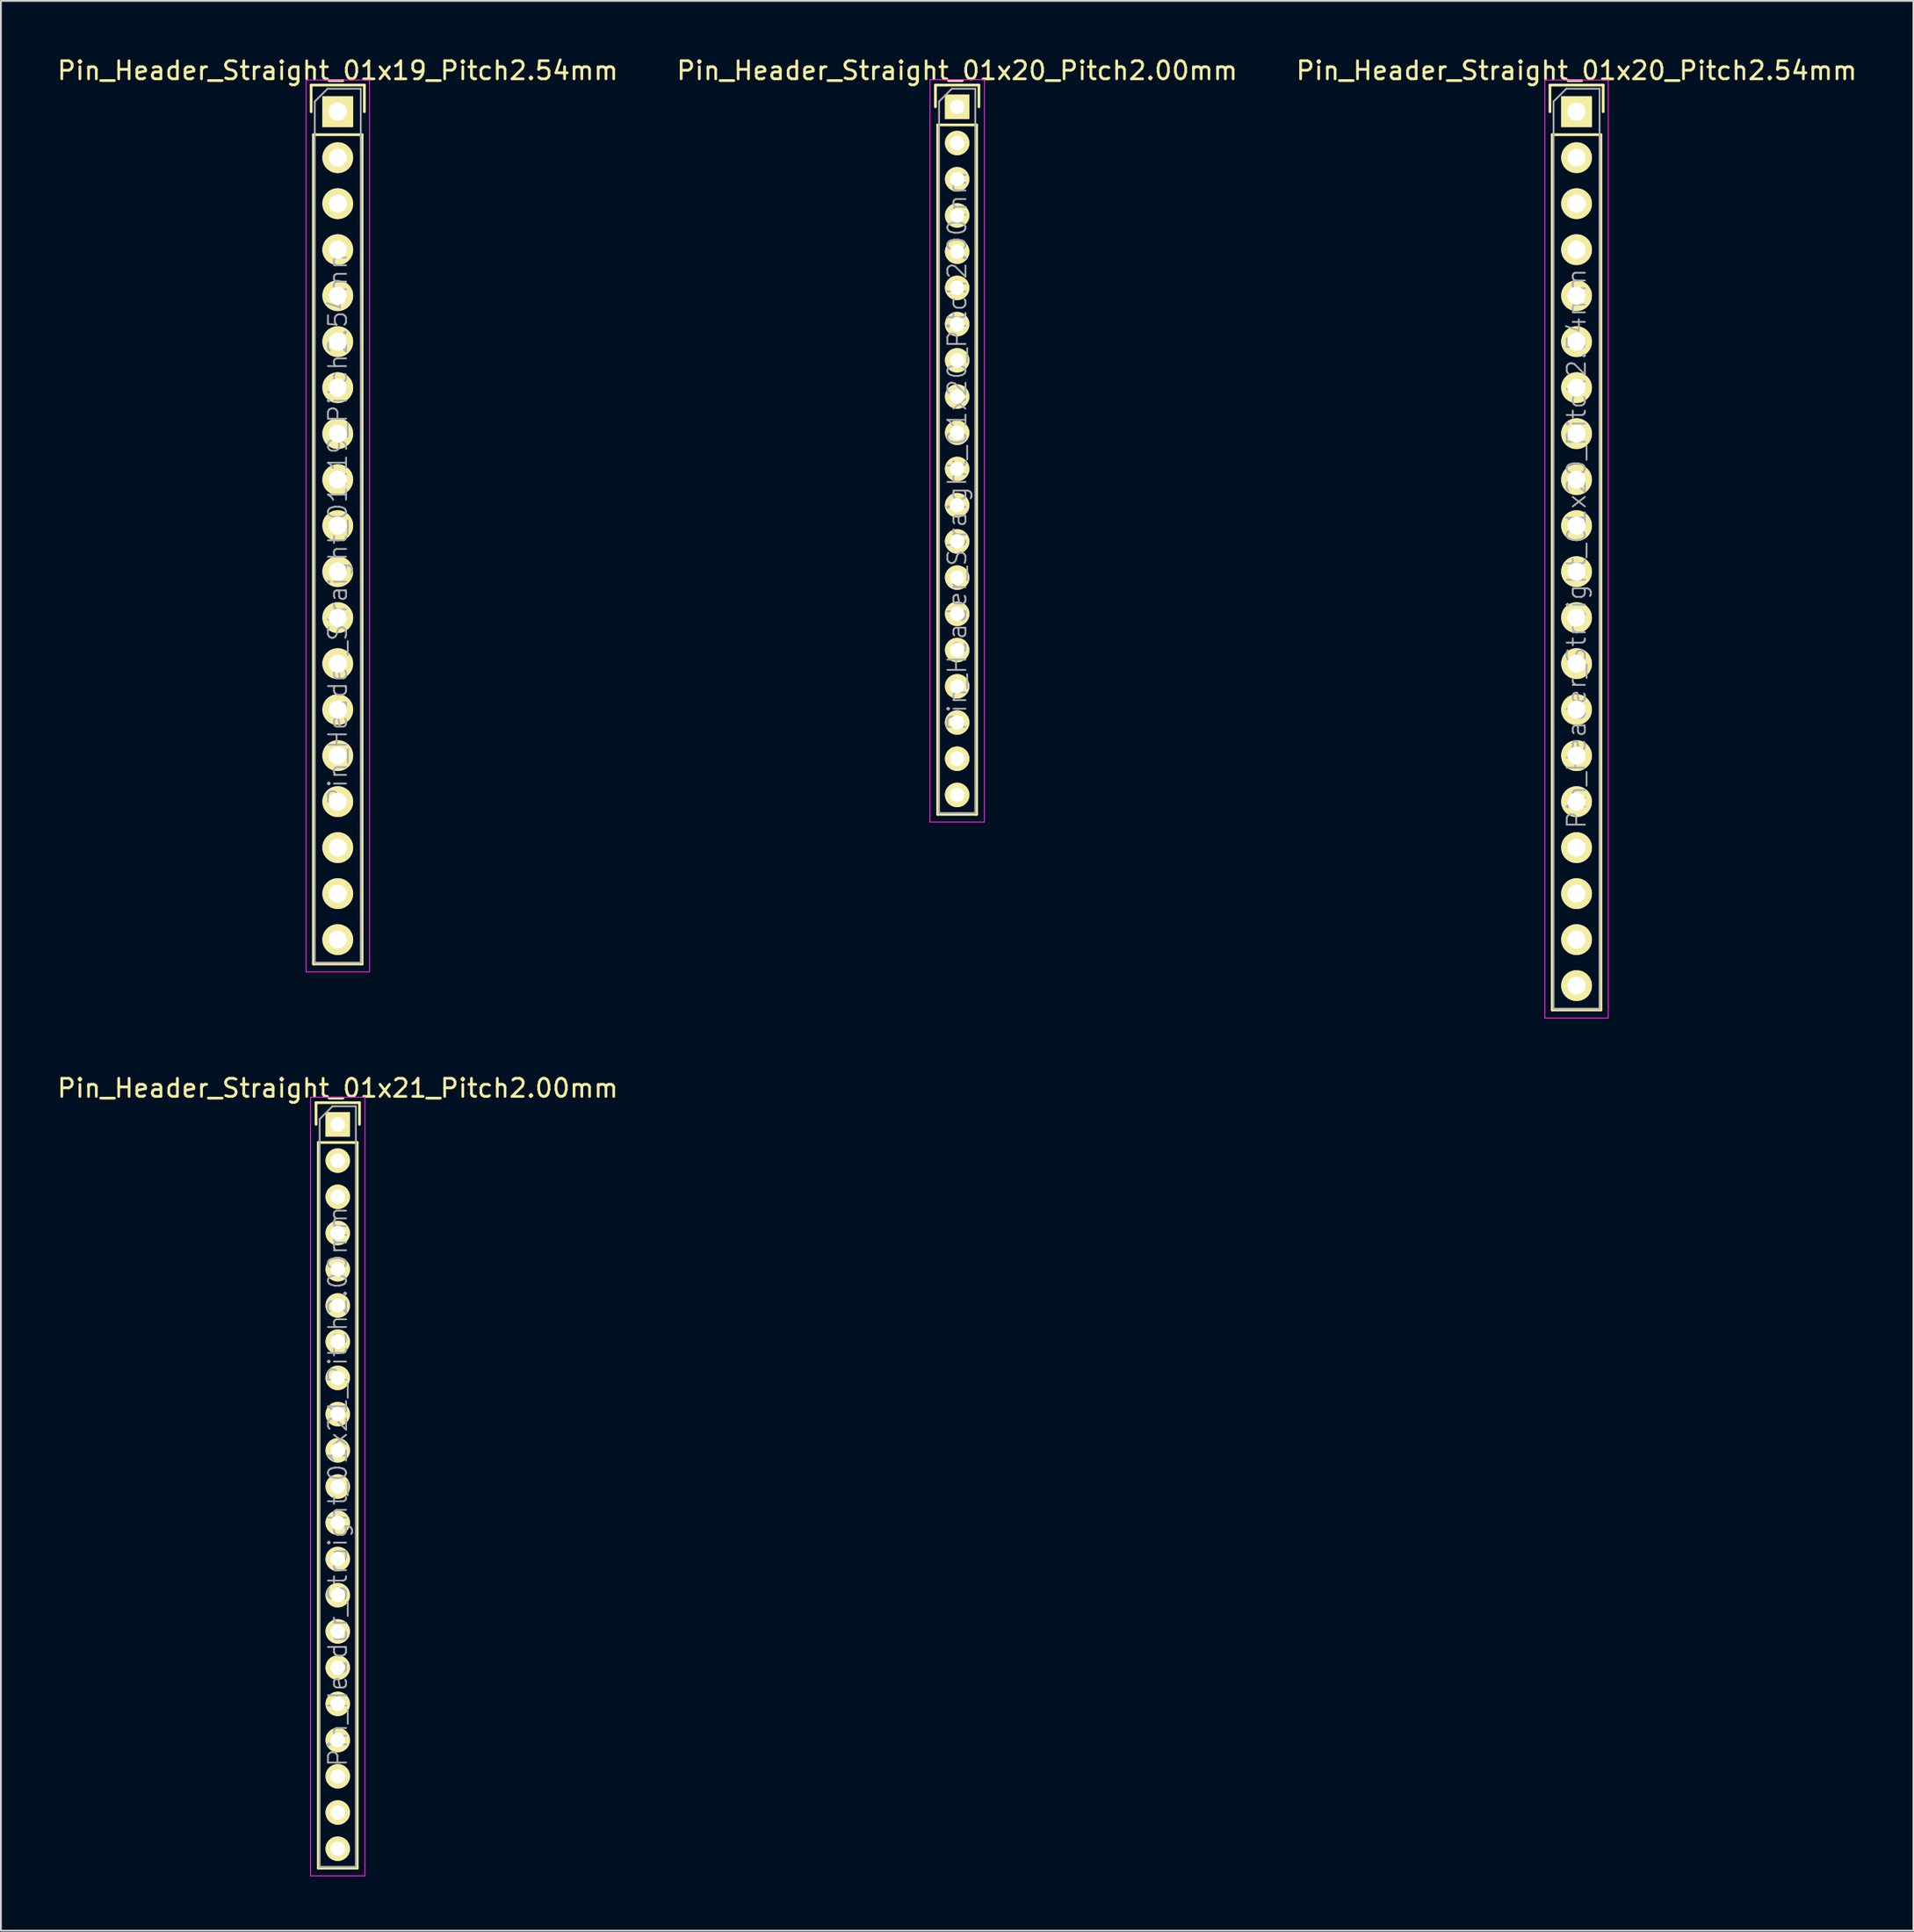
<source format=kicad_pcb>
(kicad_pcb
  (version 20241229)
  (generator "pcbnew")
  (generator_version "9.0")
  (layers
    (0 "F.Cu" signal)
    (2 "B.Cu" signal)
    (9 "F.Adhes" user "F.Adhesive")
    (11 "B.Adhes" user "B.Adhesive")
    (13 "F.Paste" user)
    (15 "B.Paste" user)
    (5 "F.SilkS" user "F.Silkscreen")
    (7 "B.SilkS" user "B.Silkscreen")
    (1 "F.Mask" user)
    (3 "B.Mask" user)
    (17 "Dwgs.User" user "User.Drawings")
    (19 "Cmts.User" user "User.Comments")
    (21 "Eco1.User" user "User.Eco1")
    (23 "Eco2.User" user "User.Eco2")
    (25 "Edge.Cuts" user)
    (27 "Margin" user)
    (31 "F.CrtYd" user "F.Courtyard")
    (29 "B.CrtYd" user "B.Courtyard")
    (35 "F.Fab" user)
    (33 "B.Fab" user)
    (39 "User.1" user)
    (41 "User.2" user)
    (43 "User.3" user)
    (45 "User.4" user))
  (footprint "Pin_Header_Straight_01x20_Pitch2.00mm"
    (layer "F.Cu")
    (at 49.804 2.848)
    (property "Reference" "Pin_Header_Straight_01x20_Pitch2.00mm" (at 0 -2 0) (layer "F.SilkS") (effects (font (size 1 1) (thickness 0.15))))
    (attr smd)
    (fp_line (start -1.2 -1.2) (end -1.2 0) (stroke (width 0.15) (type solid)) (layer "F.SilkS"))
    (fp_line (start -1.2 -1.2) (end 1.2 -1.2) (stroke (width 0.15) (type solid)) (layer "F.SilkS"))
    (fp_line (start -1.075 1) (end -1.075 39.075) (stroke (width 0.15) (type solid)) (layer "F.SilkS"))
    (fp_line (start -1.075 1) (end 1.075 1) (stroke (width 0.15) (type solid)) (layer "F.SilkS"))
    (fp_line (start -1.075 39.075) (end 1.075 39.075) (stroke (width 0.15) (type solid)) (layer "F.SilkS"))
    (fp_line (start 1.075 1) (end 1.075 39.075) (stroke (width 0.15) (type solid)) (layer "F.SilkS"))
    (fp_line (start 1.2 -1.2) (end 1.2 0) (stroke (width 0.15) (type solid)) (layer "F.SilkS"))
    (fp_line (start -1.5 -1.5) (end -1.5 39.5) (stroke (width 0.05) (type solid)) (layer "F.CrtYd"))
    (fp_line (start 1.5 -1.5) (end -1.5 -1.5) (stroke (width 0.05) (type solid)) (layer "F.CrtYd"))
    (fp_line (start 1.5 -1.5) (end 1.5 39.5) (stroke (width 0.05) (type solid)) (layer "F.CrtYd"))
    (fp_line (start 1.5 39.5) (end -1.5 39.5) (stroke (width 0.05) (type solid)) (layer "F.CrtYd"))
    (fp_line (start -1 -0.293) (end -0.293 -1) (stroke (width 0.1) (type solid)) (layer "F.Fab"))
    (fp_line (start -1 39) (end -1 -0.293) (stroke (width 0.1) (type solid)) (layer "F.Fab"))
    (fp_line (start 1 -1) (end -0.293 -1) (stroke (width 0.1) (type solid)) (layer "F.Fab"))
    (fp_line (start 1 39) (end -1 39) (stroke (width 0.1) (type solid)) (layer "F.Fab"))
    (fp_line (start 1 39) (end 1 -1) (stroke (width 0.1) (type solid)) (layer "F.Fab"))
    (fp_text user "${REFERENCE}" (at 0 19 90) (layer "F.Fab") (effects (font (size 1 1) (thickness 0.1))))
    (pad "1" thru_hole rect (at 0 0) (size 1.35 1.35) (drill 0.8) (layers "*.Cu" "*.Mask" "F.SilkS"))
    (pad "2" thru_hole oval (at 0 2) (size 1.35 1.35) (drill 0.8) (layers "*.Cu" "*.Mask" "F.SilkS"))
    (pad "3" thru_hole oval (at 0 4) (size 1.35 1.35) (drill 0.8) (layers "*.Cu" "*.Mask" "F.SilkS"))
    (pad "4" thru_hole oval (at 0 6) (size 1.35 1.35) (drill 0.8) (layers "*.Cu" "*.Mask" "F.SilkS"))
    (pad "5" thru_hole oval (at 0 8) (size 1.35 1.35) (drill 0.8) (layers "*.Cu" "*.Mask" "F.SilkS"))
    (pad "6" thru_hole oval (at 0 10) (size 1.35 1.35) (drill 0.8) (layers "*.Cu" "*.Mask" "F.SilkS"))
    (pad "7" thru_hole oval (at 0 12) (size 1.35 1.35) (drill 0.8) (layers "*.Cu" "*.Mask" "F.SilkS"))
    (pad "8" thru_hole oval (at 0 14) (size 1.35 1.35) (drill 0.8) (layers "*.Cu" "*.Mask" "F.SilkS"))
    (pad "9" thru_hole oval (at 0 16) (size 1.35 1.35) (drill 0.8) (layers "*.Cu" "*.Mask" "F.SilkS"))
    (pad "10" thru_hole oval (at 0 18) (size 1.35 1.35) (drill 0.8) (layers "*.Cu" "*.Mask" "F.SilkS"))
    (pad "11" thru_hole oval (at 0 20) (size 1.35 1.35) (drill 0.8) (layers "*.Cu" "*.Mask" "F.SilkS"))
    (pad "12" thru_hole oval (at 0 22) (size 1.35 1.35) (drill 0.8) (layers "*.Cu" "*.Mask" "F.SilkS"))
    (pad "13" thru_hole oval (at 0 24) (size 1.35 1.35) (drill 0.8) (layers "*.Cu" "*.Mask" "F.SilkS"))
    (pad "14" thru_hole oval (at 0 26) (size 1.35 1.35) (drill 0.8) (layers "*.Cu" "*.Mask" "F.SilkS"))
    (pad "15" thru_hole oval (at 0 28) (size 1.35 1.35) (drill 0.8) (layers "*.Cu" "*.Mask" "F.SilkS"))
    (pad "16" thru_hole oval (at 0 30) (size 1.35 1.35) (drill 0.8) (layers "*.Cu" "*.Mask" "F.SilkS"))
    (pad "17" thru_hole oval (at 0 32) (size 1.35 1.35) (drill 0.8) (layers "*.Cu" "*.Mask" "F.SilkS"))
    (pad "18" thru_hole oval (at 0 34) (size 1.35 1.35) (drill 0.8) (layers "*.Cu" "*.Mask" "F.SilkS"))
    (pad "19" thru_hole oval (at 0 36) (size 1.35 1.35) (drill 0.8) (layers "*.Cu" "*.Mask" "F.SilkS"))
    (pad "20" thru_hole oval (at 0 38) (size 1.35 1.35) (drill 0.8) (layers "*.Cu" "*.Mask" "F.SilkS")))
  (footprint "Pin_Header_Straight_01x20_Pitch2.54mm"
    (layer "F.Cu")
    (at 84.006 3.118)
    (property "Reference" "Pin_Header_Straight_01x20_Pitch2.54mm" (at 0 -2.27 0) (layer "F.SilkS") (effects (font (size 1 1) (thickness 0.15))))
    (attr smd)
    (fp_line (start -1.47 -1.47) (end -1.47 0) (stroke (width 0.15) (type solid)) (layer "F.SilkS"))
    (fp_line (start -1.47 -1.47) (end 1.47 -1.47) (stroke (width 0.15) (type solid)) (layer "F.SilkS"))
    (fp_line (start -1.345 1.27) (end -1.345 49.605) (stroke (width 0.15) (type solid)) (layer "F.SilkS"))
    (fp_line (start -1.345 1.27) (end 1.345 1.27) (stroke (width 0.15) (type solid)) (layer "F.SilkS"))
    (fp_line (start -1.345 49.605) (end 1.345 49.605) (stroke (width 0.15) (type solid)) (layer "F.SilkS"))
    (fp_line (start 1.345 1.27) (end 1.345 49.605) (stroke (width 0.15) (type solid)) (layer "F.SilkS"))
    (fp_line (start 1.47 -1.47) (end 1.47 0) (stroke (width 0.15) (type solid)) (layer "F.SilkS"))
    (fp_line (start -1.75 -1.75) (end -1.75 50.05) (stroke (width 0.05) (type solid)) (layer "F.CrtYd"))
    (fp_line (start 1.75 -1.75) (end -1.75 -1.75) (stroke (width 0.05) (type solid)) (layer "F.CrtYd"))
    (fp_line (start 1.75 -1.75) (end 1.75 50.05) (stroke (width 0.05) (type solid)) (layer "F.CrtYd"))
    (fp_line (start 1.75 50.05) (end -1.75 50.05) (stroke (width 0.05) (type solid)) (layer "F.CrtYd"))
    (fp_line (start -1.27 -0.563) (end -0.563 -1.27) (stroke (width 0.1) (type solid)) (layer "F.Fab"))
    (fp_line (start -1.27 49.53) (end -1.27 -0.563) (stroke (width 0.1) (type solid)) (layer "F.Fab"))
    (fp_line (start 1.27 -1.27) (end -0.563 -1.27) (stroke (width 0.1) (type solid)) (layer "F.Fab"))
    (fp_line (start 1.27 49.53) (end -1.27 49.53) (stroke (width 0.1) (type solid)) (layer "F.Fab"))
    (fp_line (start 1.27 49.53) (end 1.27 -1.27) (stroke (width 0.1) (type solid)) (layer "F.Fab"))
    (fp_text user "${REFERENCE}" (at 0 24.13 90) (layer "F.Fab") (effects (font (size 1 1) (thickness 0.1))))
    (pad "1" thru_hole rect (at 0 0) (size 1.7 1.7) (drill 1) (layers "*.Cu" "*.Mask" "F.SilkS"))
    (pad "2" thru_hole oval (at 0 2.54) (size 1.7 1.7) (drill 1) (layers "*.Cu" "*.Mask" "F.SilkS"))
    (pad "3" thru_hole oval (at 0 5.08) (size 1.7 1.7) (drill 1) (layers "*.Cu" "*.Mask" "F.SilkS"))
    (pad "4" thru_hole oval (at 0 7.62) (size 1.7 1.7) (drill 1) (layers "*.Cu" "*.Mask" "F.SilkS"))
    (pad "5" thru_hole oval (at 0 10.16) (size 1.7 1.7) (drill 1) (layers "*.Cu" "*.Mask" "F.SilkS"))
    (pad "6" thru_hole oval (at 0 12.7) (size 1.7 1.7) (drill 1) (layers "*.Cu" "*.Mask" "F.SilkS"))
    (pad "7" thru_hole oval (at 0 15.24) (size 1.7 1.7) (drill 1) (layers "*.Cu" "*.Mask" "F.SilkS"))
    (pad "8" thru_hole oval (at 0 17.78) (size 1.7 1.7) (drill 1) (layers "*.Cu" "*.Mask" "F.SilkS"))
    (pad "9" thru_hole oval (at 0 20.32) (size 1.7 1.7) (drill 1) (layers "*.Cu" "*.Mask" "F.SilkS"))
    (pad "10" thru_hole oval (at 0 22.86) (size 1.7 1.7) (drill 1) (layers "*.Cu" "*.Mask" "F.SilkS"))
    (pad "11" thru_hole oval (at 0 25.4) (size 1.7 1.7) (drill 1) (layers "*.Cu" "*.Mask" "F.SilkS"))
    (pad "12" thru_hole oval (at 0 27.94) (size 1.7 1.7) (drill 1) (layers "*.Cu" "*.Mask" "F.SilkS"))
    (pad "13" thru_hole oval (at 0 30.48) (size 1.7 1.7) (drill 1) (layers "*.Cu" "*.Mask" "F.SilkS"))
    (pad "14" thru_hole oval (at 0 33.02) (size 1.7 1.7) (drill 1) (layers "*.Cu" "*.Mask" "F.SilkS"))
    (pad "15" thru_hole oval (at 0 35.56) (size 1.7 1.7) (drill 1) (layers "*.Cu" "*.Mask" "F.SilkS"))
    (pad "16" thru_hole oval (at 0 38.1) (size 1.7 1.7) (drill 1) (layers "*.Cu" "*.Mask" "F.SilkS"))
    (pad "17" thru_hole oval (at 0 40.64) (size 1.7 1.7) (drill 1) (layers "*.Cu" "*.Mask" "F.SilkS"))
    (pad "18" thru_hole oval (at 0 43.18) (size 1.7 1.7) (drill 1) (layers "*.Cu" "*.Mask" "F.SilkS"))
    (pad "19" thru_hole oval (at 0 45.72) (size 1.7 1.7) (drill 1) (layers "*.Cu" "*.Mask" "F.SilkS"))
    (pad "20" thru_hole oval (at 0 48.26) (size 1.7 1.7) (drill 1) (layers "*.Cu" "*.Mask" "F.SilkS")))
  (footprint "Pin_Header_Straight_01x21_Pitch2.00mm"
    (layer "F.Cu")
    (at 15.601 59.041)
    (property "Reference" "Pin_Header_Straight_01x21_Pitch2.00mm" (at 0 -2 0) (layer "F.SilkS") (effects (font (size 1 1) (thickness 0.15))))
    (attr smd)
    (fp_line (start -1.2 -1.2) (end -1.2 0) (stroke (width 0.15) (type solid)) (layer "F.SilkS"))
    (fp_line (start -1.2 -1.2) (end 1.2 -1.2) (stroke (width 0.15) (type solid)) (layer "F.SilkS"))
    (fp_line (start -1.075 1) (end -1.075 41.075) (stroke (width 0.15) (type solid)) (layer "F.SilkS"))
    (fp_line (start -1.075 1) (end 1.075 1) (stroke (width 0.15) (type solid)) (layer "F.SilkS"))
    (fp_line (start -1.075 41.075) (end 1.075 41.075) (stroke (width 0.15) (type solid)) (layer "F.SilkS"))
    (fp_line (start 1.075 1) (end 1.075 41.075) (stroke (width 0.15) (type solid)) (layer "F.SilkS"))
    (fp_line (start 1.2 -1.2) (end 1.2 0) (stroke (width 0.15) (type solid)) (layer "F.SilkS"))
    (fp_line (start -1.5 -1.5) (end -1.5 41.5) (stroke (width 0.05) (type solid)) (layer "F.CrtYd"))
    (fp_line (start 1.5 -1.5) (end -1.5 -1.5) (stroke (width 0.05) (type solid)) (layer "F.CrtYd"))
    (fp_line (start 1.5 -1.5) (end 1.5 41.5) (stroke (width 0.05) (type solid)) (layer "F.CrtYd"))
    (fp_line (start 1.5 41.5) (end -1.5 41.5) (stroke (width 0.05) (type solid)) (layer "F.CrtYd"))
    (fp_line (start -1 -0.293) (end -0.293 -1) (stroke (width 0.1) (type solid)) (layer "F.Fab"))
    (fp_line (start -1 41) (end -1 -0.293) (stroke (width 0.1) (type solid)) (layer "F.Fab"))
    (fp_line (start 1 -1) (end -0.293 -1) (stroke (width 0.1) (type solid)) (layer "F.Fab"))
    (fp_line (start 1 41) (end -1 41) (stroke (width 0.1) (type solid)) (layer "F.Fab"))
    (fp_line (start 1 41) (end 1 -1) (stroke (width 0.1) (type solid)) (layer "F.Fab"))
    (fp_text user "${REFERENCE}" (at 0 20 90) (layer "F.Fab") (effects (font (size 1 1) (thickness 0.1))))
    (pad "1" thru_hole rect (at 0 0) (size 1.35 1.35) (drill 0.8) (layers "*.Cu" "*.Mask" "F.SilkS"))
    (pad "2" thru_hole oval (at 0 2) (size 1.35 1.35) (drill 0.8) (layers "*.Cu" "*.Mask" "F.SilkS"))
    (pad "3" thru_hole oval (at 0 4) (size 1.35 1.35) (drill 0.8) (layers "*.Cu" "*.Mask" "F.SilkS"))
    (pad "4" thru_hole oval (at 0 6) (size 1.35 1.35) (drill 0.8) (layers "*.Cu" "*.Mask" "F.SilkS"))
    (pad "5" thru_hole oval (at 0 8) (size 1.35 1.35) (drill 0.8) (layers "*.Cu" "*.Mask" "F.SilkS"))
    (pad "6" thru_hole oval (at 0 10) (size 1.35 1.35) (drill 0.8) (layers "*.Cu" "*.Mask" "F.SilkS"))
    (pad "7" thru_hole oval (at 0 12) (size 1.35 1.35) (drill 0.8) (layers "*.Cu" "*.Mask" "F.SilkS"))
    (pad "8" thru_hole oval (at 0 14) (size 1.35 1.35) (drill 0.8) (layers "*.Cu" "*.Mask" "F.SilkS"))
    (pad "9" thru_hole oval (at 0 16) (size 1.35 1.35) (drill 0.8) (layers "*.Cu" "*.Mask" "F.SilkS"))
    (pad "10" thru_hole oval (at 0 18) (size 1.35 1.35) (drill 0.8) (layers "*.Cu" "*.Mask" "F.SilkS"))
    (pad "11" thru_hole oval (at 0 20) (size 1.35 1.35) (drill 0.8) (layers "*.Cu" "*.Mask" "F.SilkS"))
    (pad "12" thru_hole oval (at 0 22) (size 1.35 1.35) (drill 0.8) (layers "*.Cu" "*.Mask" "F.SilkS"))
    (pad "13" thru_hole oval (at 0 24) (size 1.35 1.35) (drill 0.8) (layers "*.Cu" "*.Mask" "F.SilkS"))
    (pad "14" thru_hole oval (at 0 26) (size 1.35 1.35) (drill 0.8) (layers "*.Cu" "*.Mask" "F.SilkS"))
    (pad "15" thru_hole oval (at 0 28) (size 1.35 1.35) (drill 0.8) (layers "*.Cu" "*.Mask" "F.SilkS"))
    (pad "16" thru_hole oval (at 0 30) (size 1.35 1.35) (drill 0.8) (layers "*.Cu" "*.Mask" "F.SilkS"))
    (pad "17" thru_hole oval (at 0 32) (size 1.35 1.35) (drill 0.8) (layers "*.Cu" "*.Mask" "F.SilkS"))
    (pad "18" thru_hole oval (at 0 34) (size 1.35 1.35) (drill 0.8) (layers "*.Cu" "*.Mask" "F.SilkS"))
    (pad "19" thru_hole oval (at 0 36) (size 1.35 1.35) (drill 0.8) (layers "*.Cu" "*.Mask" "F.SilkS"))
    (pad "20" thru_hole oval (at 0 38) (size 1.35 1.35) (drill 0.8) (layers "*.Cu" "*.Mask" "F.SilkS"))
    (pad "21" thru_hole oval (at 0 40) (size 1.35 1.35) (drill 0.8) (layers "*.Cu" "*.Mask" "F.SilkS")))
  (footprint "Pin_Header_Straight_01x19_Pitch2.54mm"
    (layer "F.Cu")
    (at 15.601 3.118)
    (property "Reference" "Pin_Header_Straight_01x19_Pitch2.54mm" (at 0 -2.27 0) (layer "F.SilkS") (effects (font (size 1 1) (thickness 0.15))))
    (attr smd)
    (fp_line (start -1.47 -1.47) (end -1.47 0) (stroke (width 0.15) (type solid)) (layer "F.SilkS"))
    (fp_line (start -1.47 -1.47) (end 1.47 -1.47) (stroke (width 0.15) (type solid)) (layer "F.SilkS"))
    (fp_line (start -1.345 1.27) (end -1.345 47.065) (stroke (width 0.15) (type solid)) (layer "F.SilkS"))
    (fp_line (start -1.345 1.27) (end 1.345 1.27) (stroke (width 0.15) (type solid)) (layer "F.SilkS"))
    (fp_line (start -1.345 47.065) (end 1.345 47.065) (stroke (width 0.15) (type solid)) (layer "F.SilkS"))
    (fp_line (start 1.345 1.27) (end 1.345 47.065) (stroke (width 0.15) (type solid)) (layer "F.SilkS"))
    (fp_line (start 1.47 -1.47) (end 1.47 0) (stroke (width 0.15) (type solid)) (layer "F.SilkS"))
    (fp_line (start -1.75 -1.75) (end -1.75 47.5) (stroke (width 0.05) (type solid)) (layer "F.CrtYd"))
    (fp_line (start 1.75 -1.75) (end -1.75 -1.75) (stroke (width 0.05) (type solid)) (layer "F.CrtYd"))
    (fp_line (start 1.75 -1.75) (end 1.75 47.5) (stroke (width 0.05) (type solid)) (layer "F.CrtYd"))
    (fp_line (start 1.75 47.5) (end -1.75 47.5) (stroke (width 0.05) (type solid)) (layer "F.CrtYd"))
    (fp_line (start -1.27 -0.563) (end -0.563 -1.27) (stroke (width 0.1) (type solid)) (layer "F.Fab"))
    (fp_line (start -1.27 46.99) (end -1.27 -0.563) (stroke (width 0.1) (type solid)) (layer "F.Fab"))
    (fp_line (start 1.27 -1.27) (end -0.563 -1.27) (stroke (width 0.1) (type solid)) (layer "F.Fab"))
    (fp_line (start 1.27 46.99) (end -1.27 46.99) (stroke (width 0.1) (type solid)) (layer "F.Fab"))
    (fp_line (start 1.27 46.99) (end 1.27 -1.27) (stroke (width 0.1) (type solid)) (layer "F.Fab"))
    (fp_text user "${REFERENCE}" (at 0 22.86 90) (layer "F.Fab") (effects (font (size 1 1) (thickness 0.1))))
    (pad "1" thru_hole rect (at 0 0) (size 1.7 1.7) (drill 1) (layers "*.Cu" "*.Mask" "F.SilkS"))
    (pad "2" thru_hole oval (at 0 2.54) (size 1.7 1.7) (drill 1) (layers "*.Cu" "*.Mask" "F.SilkS"))
    (pad "3" thru_hole oval (at 0 5.08) (size 1.7 1.7) (drill 1) (layers "*.Cu" "*.Mask" "F.SilkS"))
    (pad "4" thru_hole oval (at 0 7.62) (size 1.7 1.7) (drill 1) (layers "*.Cu" "*.Mask" "F.SilkS"))
    (pad "5" thru_hole oval (at 0 10.16) (size 1.7 1.7) (drill 1) (layers "*.Cu" "*.Mask" "F.SilkS"))
    (pad "6" thru_hole oval (at 0 12.7) (size 1.7 1.7) (drill 1) (layers "*.Cu" "*.Mask" "F.SilkS"))
    (pad "7" thru_hole oval (at 0 15.24) (size 1.7 1.7) (drill 1) (layers "*.Cu" "*.Mask" "F.SilkS"))
    (pad "8" thru_hole oval (at 0 17.78) (size 1.7 1.7) (drill 1) (layers "*.Cu" "*.Mask" "F.SilkS"))
    (pad "9" thru_hole oval (at 0 20.32) (size 1.7 1.7) (drill 1) (layers "*.Cu" "*.Mask" "F.SilkS"))
    (pad "10" thru_hole oval (at 0 22.86) (size 1.7 1.7) (drill 1) (layers "*.Cu" "*.Mask" "F.SilkS"))
    (pad "11" thru_hole oval (at 0 25.4) (size 1.7 1.7) (drill 1) (layers "*.Cu" "*.Mask" "F.SilkS"))
    (pad "12" thru_hole oval (at 0 27.94) (size 1.7 1.7) (drill 1) (layers "*.Cu" "*.Mask" "F.SilkS"))
    (pad "13" thru_hole oval (at 0 30.48) (size 1.7 1.7) (drill 1) (layers "*.Cu" "*.Mask" "F.SilkS"))
    (pad "14" thru_hole oval (at 0 33.02) (size 1.7 1.7) (drill 1) (layers "*.Cu" "*.Mask" "F.SilkS"))
    (pad "15" thru_hole oval (at 0 35.56) (size 1.7 1.7) (drill 1) (layers "*.Cu" "*.Mask" "F.SilkS"))
    (pad "16" thru_hole oval (at 0 38.1) (size 1.7 1.7) (drill 1) (layers "*.Cu" "*.Mask" "F.SilkS"))
    (pad "17" thru_hole oval (at 0 40.64) (size 1.7 1.7) (drill 1) (layers "*.Cu" "*.Mask" "F.SilkS"))
    (pad "18" thru_hole oval (at 0 43.18) (size 1.7 1.7) (drill 1) (layers "*.Cu" "*.Mask" "F.SilkS"))
    (pad "19" thru_hole oval (at 0 45.72) (size 1.7 1.7) (drill 1) (layers "*.Cu" "*.Mask" "F.SilkS")))
  (gr_rect
    (start -3 -3)
    (end 102.607 103.567)
    (stroke (width 0.1) (type default))
    (fill no)
    (layer "Edge.Cuts")))
</source>
